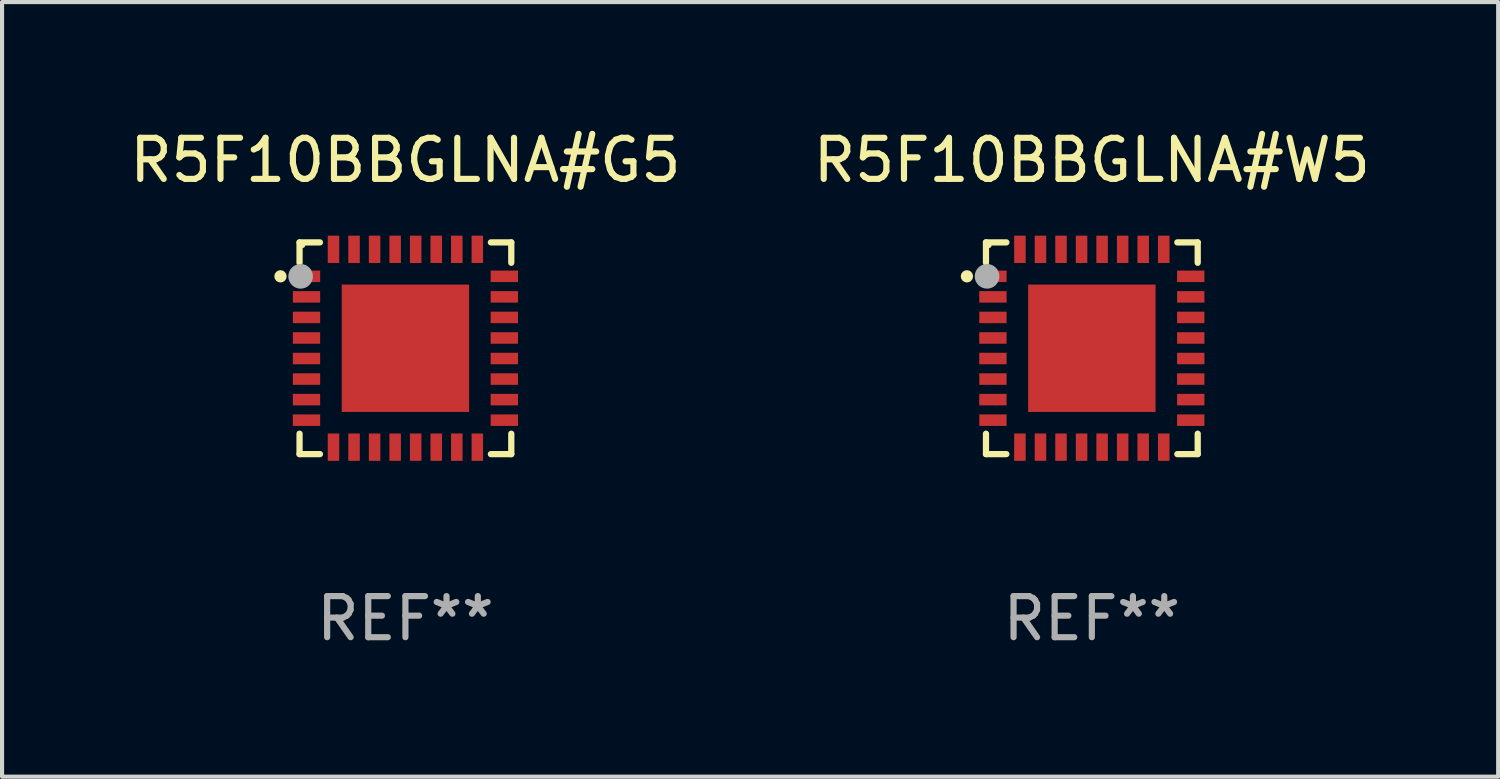
<source format=kicad_pcb>
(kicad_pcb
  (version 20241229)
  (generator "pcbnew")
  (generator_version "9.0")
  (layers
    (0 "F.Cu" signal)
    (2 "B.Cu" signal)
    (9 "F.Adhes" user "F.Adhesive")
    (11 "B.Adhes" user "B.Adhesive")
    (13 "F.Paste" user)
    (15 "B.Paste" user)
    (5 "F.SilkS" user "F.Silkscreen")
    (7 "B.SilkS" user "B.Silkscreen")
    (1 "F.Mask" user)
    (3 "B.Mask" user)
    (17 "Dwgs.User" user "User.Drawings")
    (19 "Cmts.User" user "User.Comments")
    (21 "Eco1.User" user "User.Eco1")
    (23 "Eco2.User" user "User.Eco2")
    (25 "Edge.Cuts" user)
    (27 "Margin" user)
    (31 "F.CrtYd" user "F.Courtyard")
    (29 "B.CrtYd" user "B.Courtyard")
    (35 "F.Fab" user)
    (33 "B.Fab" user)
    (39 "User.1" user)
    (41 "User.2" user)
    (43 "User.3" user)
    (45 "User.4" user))
  (footprint "R5F10BBGLNA#G5"
    (layer "F.Cu")
    (at 6.815 5.424)
    (property "Reference" "R5F10BBGLNA#G5" (at 0 -4.576 0) (layer "F.SilkS") (effects (font (size 1 1) (thickness 0.15))))
    (attr through_hole)
    (fp_line (start -2.576 -2.576) (end -2.576 -2.08) (stroke (width 0.152) (type solid)) (layer "F.SilkS"))
    (fp_line (start -2.576 2.576) (end -2.576 2.08) (stroke (width 0.152) (type solid)) (layer "F.SilkS"))
    (fp_line (start -2.08 -2.576) (end -2.576 -2.576) (stroke (width 0.152) (type solid)) (layer "F.SilkS"))
    (fp_line (start -2.08 2.576) (end -2.576 2.576) (stroke (width 0.152) (type solid)) (layer "F.SilkS"))
    (fp_line (start 2.08 -2.576) (end 2.576 -2.576) (stroke (width 0.152) (type solid)) (layer "F.SilkS"))
    (fp_line (start 2.08 2.576) (end 2.576 2.576) (stroke (width 0.152) (type solid)) (layer "F.SilkS"))
    (fp_line (start 2.576 -2.576) (end 2.576 -2.08) (stroke (width 0.152) (type solid)) (layer "F.SilkS"))
    (fp_line (start 2.576 2.576) (end 2.576 2.08) (stroke (width 0.152) (type solid)) (layer "F.SilkS"))
    (fp_circle (center -3.04 -1.75) (end -2.965 -1.75) (stroke (width 0.15) (type solid)) (fill no) (layer "F.SilkS"))
    (fp_circle (center -2.5 -2.5) (end -2.47 -2.5) (stroke (width 0.06) (type solid)) (fill no) (layer "F.SilkS"))
    (fp_circle (center -2.55 -1.75) (end -2.4 -1.75) (stroke (width 0.3) (type solid)) (fill no) (layer "F.Fab"))
    (fp_text user "REF**" (at 0 6.576 0) (layer "F.Fab") (effects (font (size 1 1) (thickness 0.15))))
    (pad "1" smd rect (at -2.407 -1.75) (size 0.665 0.28) (layers "F.Cu" "F.Mask" "F.Paste"))
    (pad "2" smd rect (at -2.407 -1.25) (size 0.665 0.28) (layers "F.Cu" "F.Mask" "F.Paste"))
    (pad "3" smd rect (at -2.407 -0.75) (size 0.665 0.28) (layers "F.Cu" "F.Mask" "F.Paste"))
    (pad "4" smd rect (at -2.407 -0.25) (size 0.665 0.28) (layers "F.Cu" "F.Mask" "F.Paste"))
    (pad "5" smd rect (at -2.407 0.25) (size 0.665 0.28) (layers "F.Cu" "F.Mask" "F.Paste"))
    (pad "6" smd rect (at -2.407 0.75) (size 0.665 0.28) (layers "F.Cu" "F.Mask" "F.Paste"))
    (pad "7" smd rect (at -2.407 1.25) (size 0.665 0.28) (layers "F.Cu" "F.Mask" "F.Paste"))
    (pad "8" smd rect (at -2.407 1.75) (size 0.665 0.28) (layers "F.Cu" "F.Mask" "F.Paste"))
    (pad "9" smd rect (at -1.75 2.407) (size 0.28 0.665) (layers "F.Cu" "F.Mask" "F.Paste"))
    (pad "10" smd rect (at -1.25 2.407) (size 0.28 0.665) (layers "F.Cu" "F.Mask" "F.Paste"))
    (pad "11" smd rect (at -0.75 2.407) (size 0.28 0.665) (layers "F.Cu" "F.Mask" "F.Paste"))
    (pad "12" smd rect (at -0.25 2.407) (size 0.28 0.665) (layers "F.Cu" "F.Mask" "F.Paste"))
    (pad "13" smd rect (at 0.25 2.407) (size 0.28 0.665) (layers "F.Cu" "F.Mask" "F.Paste"))
    (pad "14" smd rect (at 0.75 2.407) (size 0.28 0.665) (layers "F.Cu" "F.Mask" "F.Paste"))
    (pad "15" smd rect (at 1.25 2.407) (size 0.28 0.665) (layers "F.Cu" "F.Mask" "F.Paste"))
    (pad "16" smd rect (at 1.75 2.407) (size 0.28 0.665) (layers "F.Cu" "F.Mask" "F.Paste"))
    (pad "17" smd rect (at 2.407 1.75) (size 0.665 0.28) (layers "F.Cu" "F.Mask" "F.Paste"))
    (pad "18" smd rect (at 2.407 1.25) (size 0.665 0.28) (layers "F.Cu" "F.Mask" "F.Paste"))
    (pad "19" smd rect (at 2.407 0.75) (size 0.665 0.28) (layers "F.Cu" "F.Mask" "F.Paste"))
    (pad "20" smd rect (at 2.407 0.25) (size 0.665 0.28) (layers "F.Cu" "F.Mask" "F.Paste"))
    (pad "21" smd rect (at 2.407 -0.25) (size 0.665 0.28) (layers "F.Cu" "F.Mask" "F.Paste"))
    (pad "22" smd rect (at 2.407 -0.75) (size 0.665 0.28) (layers "F.Cu" "F.Mask" "F.Paste"))
    (pad "23" smd rect (at 2.407 -1.25) (size 0.665 0.28) (layers "F.Cu" "F.Mask" "F.Paste"))
    (pad "24" smd rect (at 2.407 -1.75) (size 0.665 0.28) (layers "F.Cu" "F.Mask" "F.Paste"))
    (pad "25" smd rect (at 1.75 -2.407) (size 0.28 0.665) (layers "F.Cu" "F.Mask" "F.Paste"))
    (pad "26" smd rect (at 1.25 -2.407) (size 0.28 0.665) (layers "F.Cu" "F.Mask" "F.Paste"))
    (pad "27" smd rect (at 0.75 -2.407) (size 0.28 0.665) (layers "F.Cu" "F.Mask" "F.Paste"))
    (pad "28" smd rect (at 0.25 -2.407) (size 0.28 0.665) (layers "F.Cu" "F.Mask" "F.Paste"))
    (pad "29" smd rect (at -0.25 -2.407) (size 0.28 0.665) (layers "F.Cu" "F.Mask" "F.Paste"))
    (pad "30" smd rect (at -0.75 -2.407) (size 0.28 0.665) (layers "F.Cu" "F.Mask" "F.Paste"))
    (pad "31" smd rect (at -1.25 -2.407) (size 0.28 0.665) (layers "F.Cu" "F.Mask" "F.Paste"))
    (pad "32" smd rect (at -1.75 -2.407) (size 0.28 0.665) (layers "F.Cu" "F.Mask" "F.Paste"))
    (pad "33" smd rect (at 0 0) (size 3.1 3.1) (layers "F.Cu" "F.Mask" "F.Paste")))
  (footprint "R5F10BBGLNA#W5"
    (layer "F.Cu")
    (at 23.518 5.424)
    (property "Reference" "R5F10BBGLNA#W5" (at 0 -4.576 0) (layer "F.SilkS") (effects (font (size 1 1) (thickness 0.15))))
    (attr through_hole)
    (fp_line (start -2.576 -2.576) (end -2.576 -2.08) (stroke (width 0.152) (type solid)) (layer "F.SilkS"))
    (fp_line (start -2.576 2.576) (end -2.576 2.08) (stroke (width 0.152) (type solid)) (layer "F.SilkS"))
    (fp_line (start -2.08 -2.576) (end -2.576 -2.576) (stroke (width 0.152) (type solid)) (layer "F.SilkS"))
    (fp_line (start -2.08 2.576) (end -2.576 2.576) (stroke (width 0.152) (type solid)) (layer "F.SilkS"))
    (fp_line (start 2.08 -2.576) (end 2.576 -2.576) (stroke (width 0.152) (type solid)) (layer "F.SilkS"))
    (fp_line (start 2.08 2.576) (end 2.576 2.576) (stroke (width 0.152) (type solid)) (layer "F.SilkS"))
    (fp_line (start 2.576 -2.576) (end 2.576 -2.08) (stroke (width 0.152) (type solid)) (layer "F.SilkS"))
    (fp_line (start 2.576 2.576) (end 2.576 2.08) (stroke (width 0.152) (type solid)) (layer "F.SilkS"))
    (fp_circle (center -3.04 -1.75) (end -2.965 -1.75) (stroke (width 0.15) (type solid)) (fill no) (layer "F.SilkS"))
    (fp_circle (center -2.5 -2.5) (end -2.47 -2.5) (stroke (width 0.06) (type solid)) (fill no) (layer "F.SilkS"))
    (fp_circle (center -2.55 -1.75) (end -2.4 -1.75) (stroke (width 0.3) (type solid)) (fill no) (layer "F.Fab"))
    (fp_text user "REF**" (at 0 6.576 0) (layer "F.Fab") (effects (font (size 1 1) (thickness 0.15))))
    (pad "1" smd rect (at -2.407 -1.75) (size 0.665 0.28) (layers "F.Cu" "F.Mask" "F.Paste"))
    (pad "2" smd rect (at -2.407 -1.25) (size 0.665 0.28) (layers "F.Cu" "F.Mask" "F.Paste"))
    (pad "3" smd rect (at -2.407 -0.75) (size 0.665 0.28) (layers "F.Cu" "F.Mask" "F.Paste"))
    (pad "4" smd rect (at -2.407 -0.25) (size 0.665 0.28) (layers "F.Cu" "F.Mask" "F.Paste"))
    (pad "5" smd rect (at -2.407 0.25) (size 0.665 0.28) (layers "F.Cu" "F.Mask" "F.Paste"))
    (pad "6" smd rect (at -2.407 0.75) (size 0.665 0.28) (layers "F.Cu" "F.Mask" "F.Paste"))
    (pad "7" smd rect (at -2.407 1.25) (size 0.665 0.28) (layers "F.Cu" "F.Mask" "F.Paste"))
    (pad "8" smd rect (at -2.407 1.75) (size 0.665 0.28) (layers "F.Cu" "F.Mask" "F.Paste"))
    (pad "9" smd rect (at -1.75 2.407) (size 0.28 0.665) (layers "F.Cu" "F.Mask" "F.Paste"))
    (pad "10" smd rect (at -1.25 2.407) (size 0.28 0.665) (layers "F.Cu" "F.Mask" "F.Paste"))
    (pad "11" smd rect (at -0.75 2.407) (size 0.28 0.665) (layers "F.Cu" "F.Mask" "F.Paste"))
    (pad "12" smd rect (at -0.25 2.407) (size 0.28 0.665) (layers "F.Cu" "F.Mask" "F.Paste"))
    (pad "13" smd rect (at 0.25 2.407) (size 0.28 0.665) (layers "F.Cu" "F.Mask" "F.Paste"))
    (pad "14" smd rect (at 0.75 2.407) (size 0.28 0.665) (layers "F.Cu" "F.Mask" "F.Paste"))
    (pad "15" smd rect (at 1.25 2.407) (size 0.28 0.665) (layers "F.Cu" "F.Mask" "F.Paste"))
    (pad "16" smd rect (at 1.75 2.407) (size 0.28 0.665) (layers "F.Cu" "F.Mask" "F.Paste"))
    (pad "17" smd rect (at 2.407 1.75) (size 0.665 0.28) (layers "F.Cu" "F.Mask" "F.Paste"))
    (pad "18" smd rect (at 2.407 1.25) (size 0.665 0.28) (layers "F.Cu" "F.Mask" "F.Paste"))
    (pad "19" smd rect (at 2.407 0.75) (size 0.665 0.28) (layers "F.Cu" "F.Mask" "F.Paste"))
    (pad "20" smd rect (at 2.407 0.25) (size 0.665 0.28) (layers "F.Cu" "F.Mask" "F.Paste"))
    (pad "21" smd rect (at 2.407 -0.25) (size 0.665 0.28) (layers "F.Cu" "F.Mask" "F.Paste"))
    (pad "22" smd rect (at 2.407 -0.75) (size 0.665 0.28) (layers "F.Cu" "F.Mask" "F.Paste"))
    (pad "23" smd rect (at 2.407 -1.25) (size 0.665 0.28) (layers "F.Cu" "F.Mask" "F.Paste"))
    (pad "24" smd rect (at 2.407 -1.75) (size 0.665 0.28) (layers "F.Cu" "F.Mask" "F.Paste"))
    (pad "25" smd rect (at 1.75 -2.407) (size 0.28 0.665) (layers "F.Cu" "F.Mask" "F.Paste"))
    (pad "26" smd rect (at 1.25 -2.407) (size 0.28 0.665) (layers "F.Cu" "F.Mask" "F.Paste"))
    (pad "27" smd rect (at 0.75 -2.407) (size 0.28 0.665) (layers "F.Cu" "F.Mask" "F.Paste"))
    (pad "28" smd rect (at 0.25 -2.407) (size 0.28 0.665) (layers "F.Cu" "F.Mask" "F.Paste"))
    (pad "29" smd rect (at -0.25 -2.407) (size 0.28 0.665) (layers "F.Cu" "F.Mask" "F.Paste"))
    (pad "30" smd rect (at -0.75 -2.407) (size 0.28 0.665) (layers "F.Cu" "F.Mask" "F.Paste"))
    (pad "31" smd rect (at -1.25 -2.407) (size 0.28 0.665) (layers "F.Cu" "F.Mask" "F.Paste"))
    (pad "32" smd rect (at -1.75 -2.407) (size 0.28 0.665) (layers "F.Cu" "F.Mask" "F.Paste"))
    (pad "33" smd rect (at 0 0) (size 3.1 3.1) (layers "F.Cu" "F.Mask" "F.Paste")))
  (gr_rect
    (start -3 -3)
    (end 33.405 15.849)
    (stroke (width 0.1) (type default))
    (fill no)
    (layer "Edge.Cuts")))
</source>
